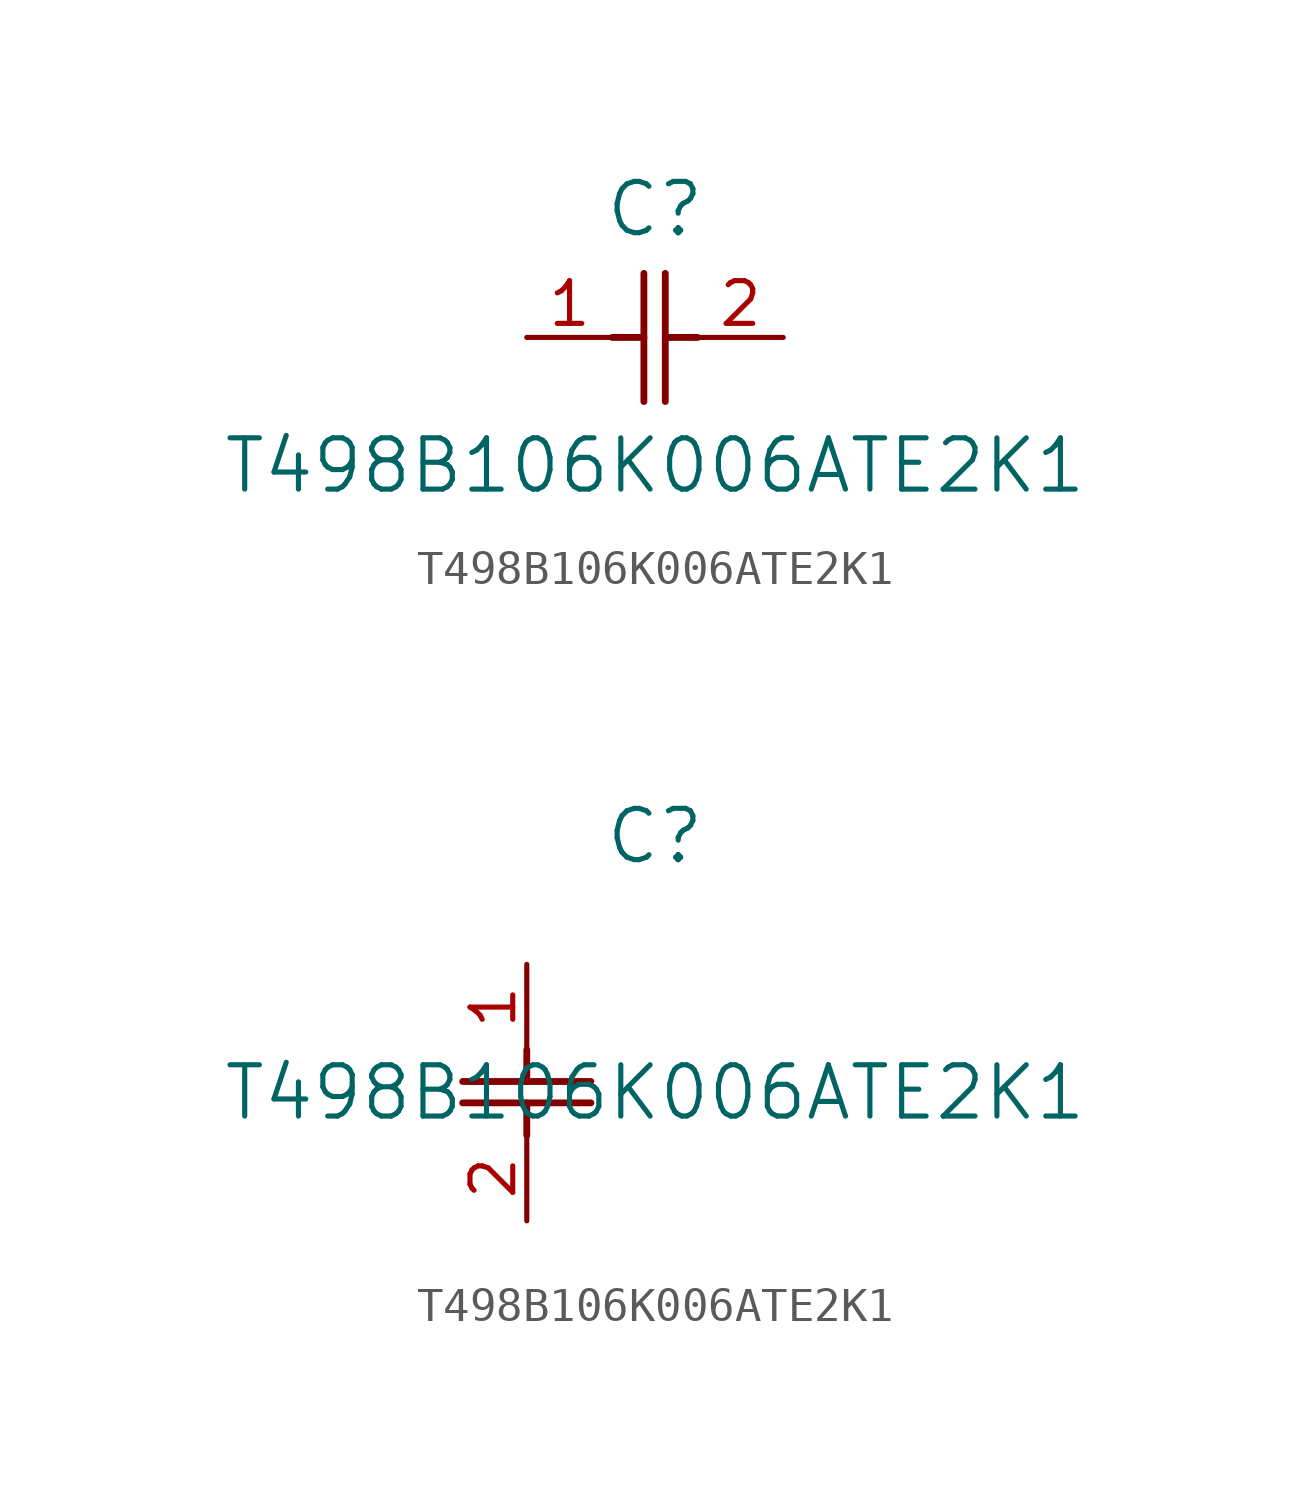
<source format=kicad_sym>
(kicad_symbol_lib
  (version 20211014)
  (generator kicad_symbol_editor)
  (symbol "T498B106K006ATE2K1"
    (pin_names
      (offset 0.254))
    (property "Reference" "C"
      (at 3.81 3.81 0)
      (effects (font (size 1.524 1.524))))
    (property "Value" "T498B106K006ATE2K1"
      (at 3.81 -3.81 0)
      (effects (font (size 1.524 1.524))))
    (symbol "T498B106K006ATE2K1_1_1"
      (polyline (pts (xy 3.48 -1.905) (xy 3.48 1.905)) (stroke (width 0.203) (type default) (color 0 0 0 0)) (fill (type none)))
      (polyline (pts (xy 4.115 -1.905) (xy 4.115 1.905)) (stroke (width 0.203) (type default) (color 0 0 0 0)) (fill (type none)))
      (polyline (pts (xy 4.115 0) (xy 5.08 0)) (stroke (width 0.203) (type default) (color 0 0 0 0)) (fill (type none)))
      (polyline (pts (xy 2.54 0) (xy 3.48 0)) (stroke (width 0.203) (type default) (color 0 0 0 0)) (fill (type none)))
      (pin unspecified line (at 0 0 0) (length 2.54) (name "" (effects (font (size 1.27 1.27)))) (number "1" (effects (font (size 1.27 1.27)))))
      (pin unspecified line (at 7.62 0 180) (length 2.54) (name "" (effects (font (size 1.27 1.27)))) (number "2" (effects (font (size 1.27 1.27))))))
    (symbol "T498B106K006ATE2K1_1_2"
      (polyline (pts (xy -1.905 -3.48) (xy 1.905 -3.48)) (stroke (width 0.203) (type default) (color 0 0 0 0)) (fill (type none)))
      (polyline (pts (xy -1.905 -4.115) (xy 1.905 -4.115)) (stroke (width 0.203) (type default) (color 0 0 0 0)) (fill (type none)))
      (polyline (pts (xy 0 -4.115) (xy 0 -5.08)) (stroke (width 0.203) (type default) (color 0 0 0 0)) (fill (type none)))
      (polyline (pts (xy 0 -2.54) (xy 0 -3.48)) (stroke (width 0.203) (type default) (color 0 0 0 0)) (fill (type none)))
      (pin unspecified line (at 0 0 270) (length 2.54) (name "" (effects (font (size 1.27 1.27)))) (number "1" (effects (font (size 1.27 1.27)))))
      (pin unspecified line (at 0 -7.62 90) (length 2.54) (name "" (effects (font (size 1.27 1.27)))) (number "2" (effects (font (size 1.27 1.27))))))))
</source>
